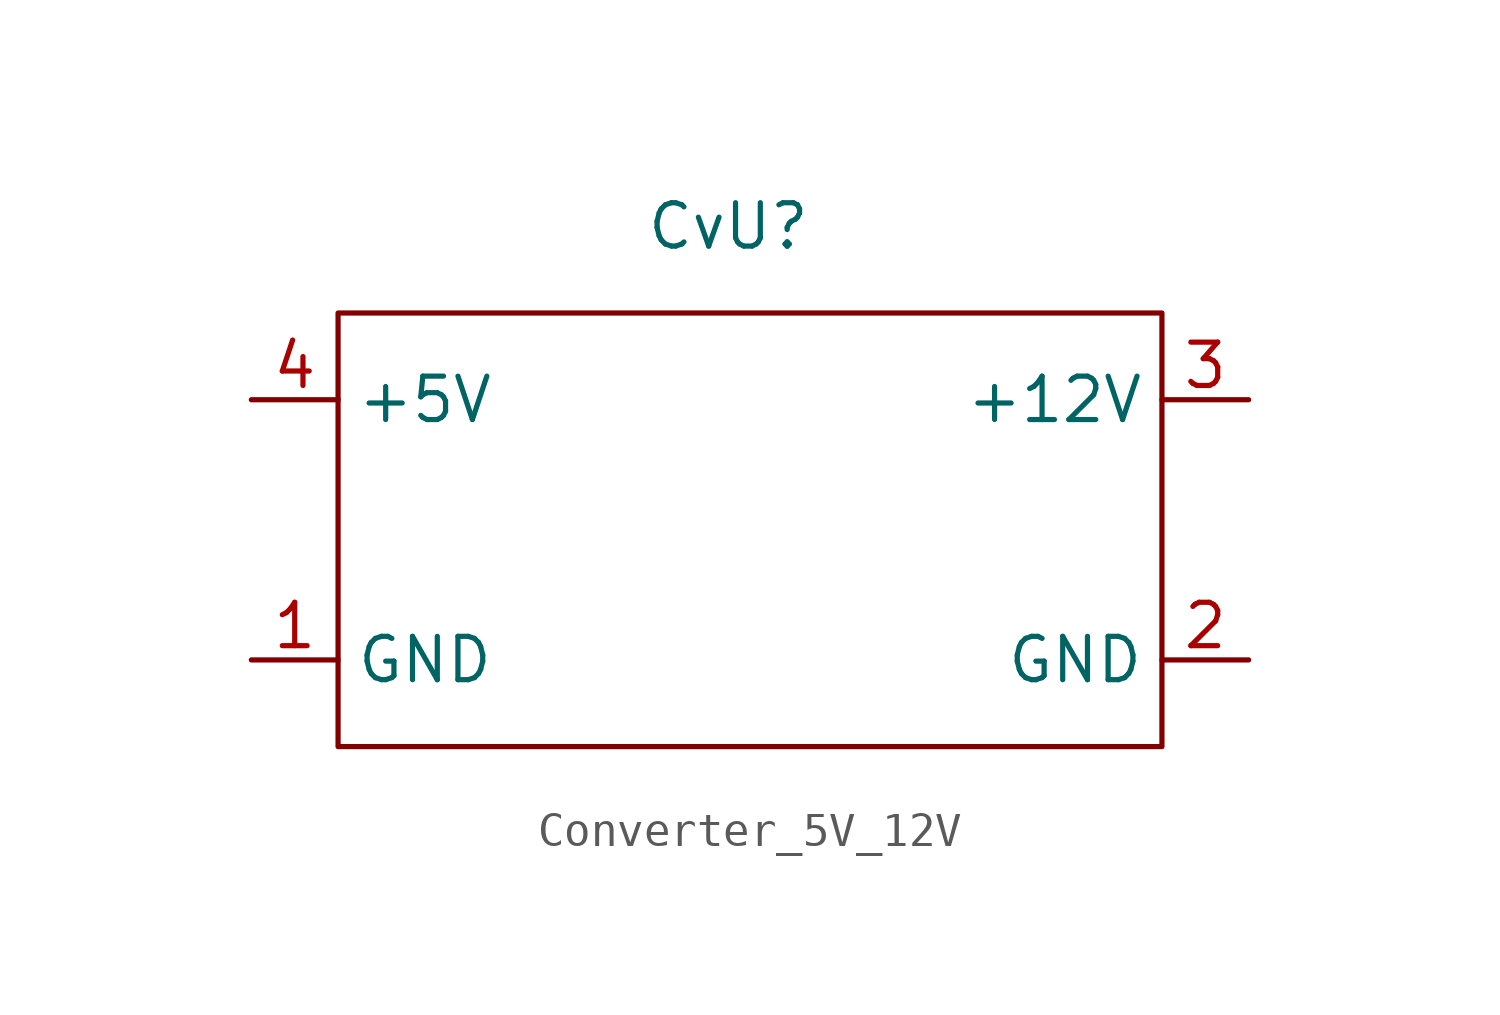
<source format=kicad_sym>
(kicad_symbol_lib
  (version 20220914)
  (generator kicad_symbol_editor)
  (symbol "Converter_5V_12V"
    (property "Reference" "CvU"
      (at 0 0 0)
      (effects (font (size 1.27 1.27))))
    (property "Value" ""
      (at 0 0 0)
      (effects (font (size 1.27 1.27))))
    (symbol "Converter_5V_12V_0_1"
      (rectangle (start -11.43 -2.54) (end 12.7 -15.24) (stroke (width 0) (type default)) (fill (type none))))
    (symbol "Converter_5V_12V_1_1"
      (pin output line (at -13.97 -12.7 0) (length 2.54) (name "GND" (effects (font (size 1.27 1.27)))) (number "1" (effects (font (size 1.27 1.27)))))
      (pin input line (at 15.24 -12.7 180) (length 2.54) (name "GND" (effects (font (size 1.27 1.27)))) (number "2" (effects (font (size 1.27 1.27)))))
      (pin input line (at 15.24 -5.08 180) (length 2.54) (name "+12V" (effects (font (size 1.27 1.27)))) (number "3" (effects (font (size 1.27 1.27)))))
      (pin output line (at -13.97 -5.08 0) (length 2.54) (name "+5V" (effects (font (size 1.27 1.27)))) (number "4" (effects (font (size 1.27 1.27))))))))
</source>
